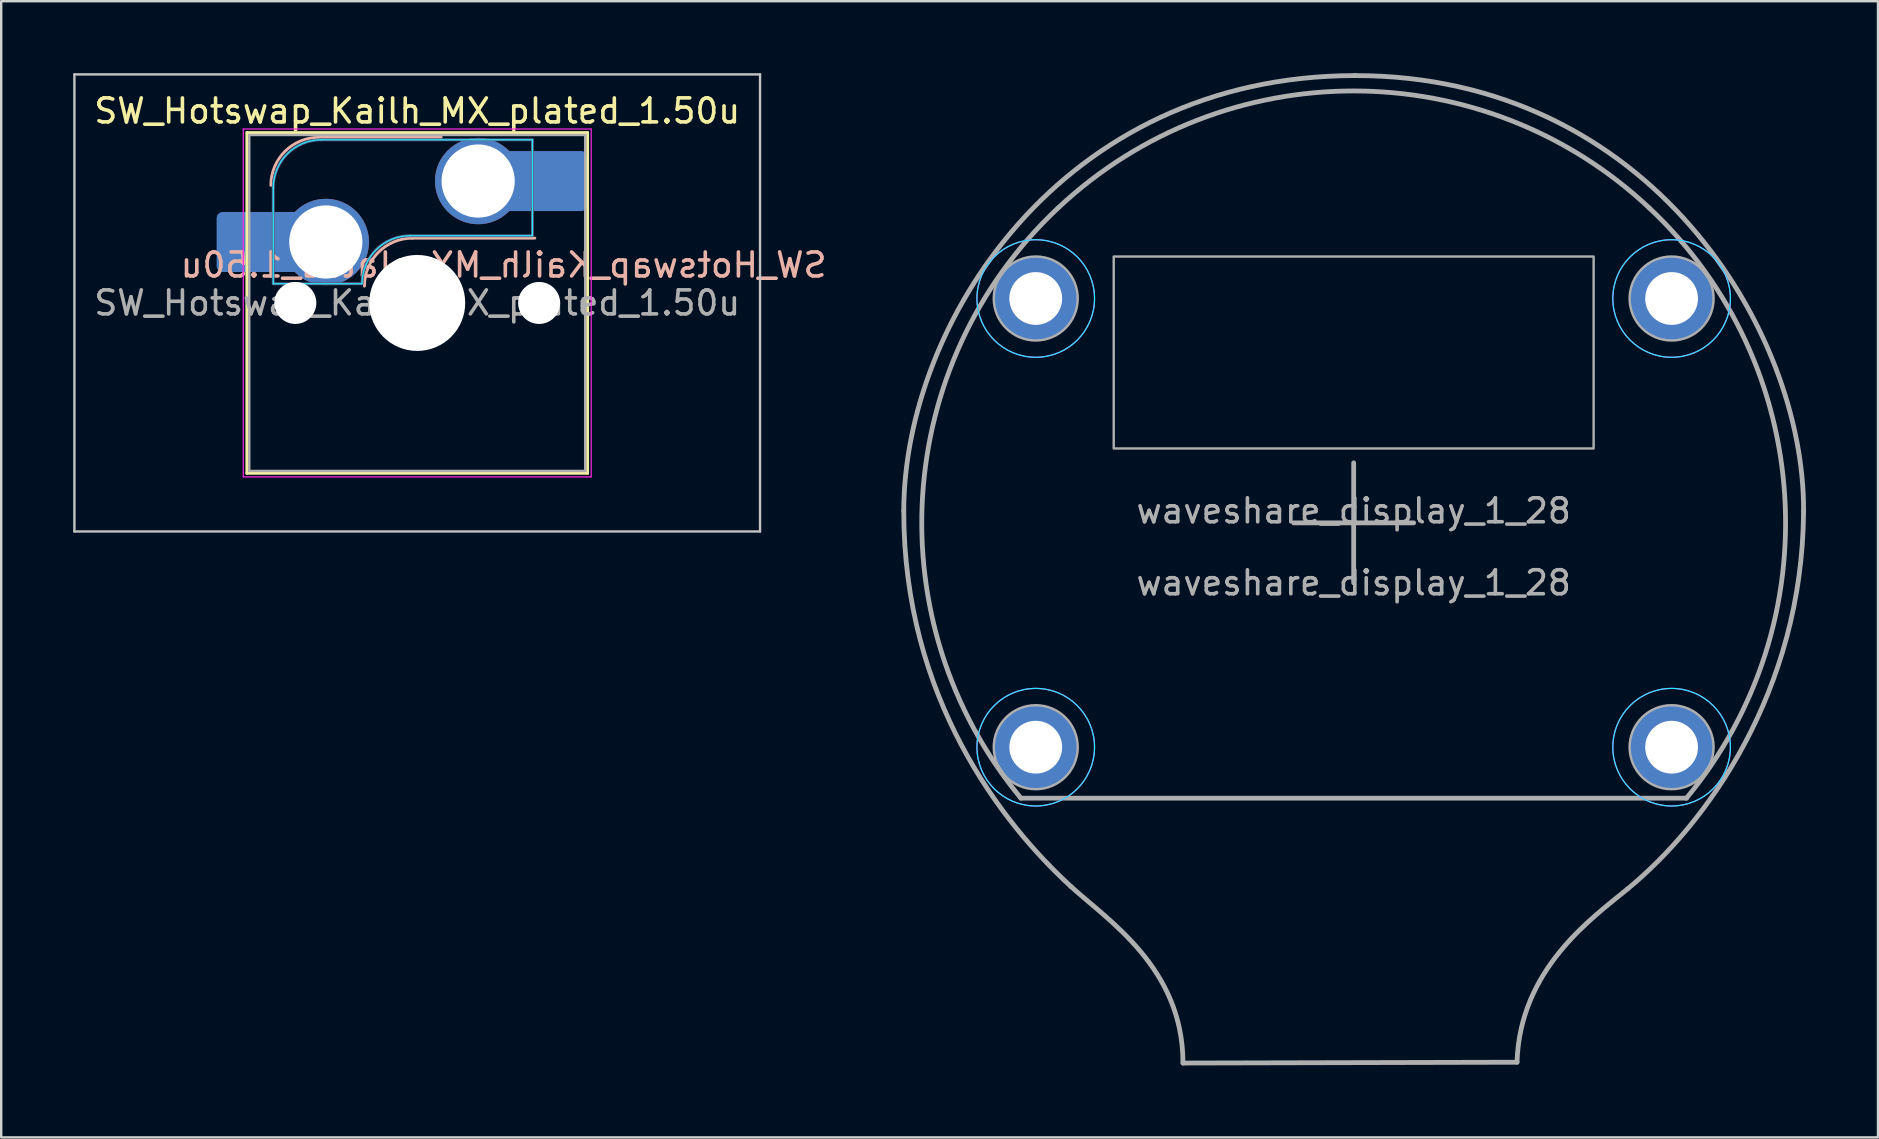
<source format=kicad_pcb>
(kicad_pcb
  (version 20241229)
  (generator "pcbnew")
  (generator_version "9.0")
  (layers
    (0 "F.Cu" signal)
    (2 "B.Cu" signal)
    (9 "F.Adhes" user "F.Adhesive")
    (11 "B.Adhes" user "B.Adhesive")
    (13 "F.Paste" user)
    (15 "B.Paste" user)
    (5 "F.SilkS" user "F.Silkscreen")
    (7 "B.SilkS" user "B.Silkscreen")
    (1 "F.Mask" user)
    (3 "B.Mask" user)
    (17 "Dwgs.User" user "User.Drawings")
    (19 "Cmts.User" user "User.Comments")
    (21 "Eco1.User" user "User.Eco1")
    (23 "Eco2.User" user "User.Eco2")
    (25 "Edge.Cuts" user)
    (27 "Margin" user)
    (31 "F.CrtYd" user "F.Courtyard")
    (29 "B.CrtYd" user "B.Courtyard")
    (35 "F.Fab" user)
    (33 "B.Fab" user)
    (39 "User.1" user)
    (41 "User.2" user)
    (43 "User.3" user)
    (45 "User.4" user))
  (footprint "SW_Hotswap_Kailh_MX_plated_1.50u"
    (layer "F.Cu")
    (at 14.338 9.575)
    (property "Reference" "SW_Hotswap_Kailh_MX_plated_1.50u" (at 0 -8 0) (layer "F.SilkS") (effects (font (size 1 1) (thickness 0.15))))
    (attr smd)
    (fp_line (start -7.1 -7.1) (end -7.1 7.1) (stroke (width 0.12) (type solid)) (layer "F.SilkS"))
    (fp_line (start -7.1 7.1) (end 7.1 7.1) (stroke (width 0.12) (type solid)) (layer "F.SilkS"))
    (fp_line (start 7.1 -7.1) (end -7.1 -7.1) (stroke (width 0.12) (type solid)) (layer "F.SilkS"))
    (fp_line (start 7.1 7.1) (end 7.1 -7.1) (stroke (width 0.12) (type solid)) (layer "F.SilkS"))
    (fp_line (start -4.1 -6.9) (end 1 -6.9) (stroke (width 0.12) (type solid)) (layer "B.SilkS"))
    (fp_line (start -0.2 -2.7) (end 4.9 -2.7) (stroke (width 0.12) (type solid)) (layer "B.SilkS"))
    (fp_arc (start -6.1 -4.9) (mid -5.514214 -6.314214) (end -4.1 -6.9) (stroke (width 0.12) (type solid)) (layer "B.SilkS"))
    (fp_arc (start -2.2 -0.7) (mid -1.614214 -2.114214) (end -0.2 -2.7) (stroke (width 0.12) (type solid)) (layer "B.SilkS"))
    (fp_line (start -14.287 -9.525) (end -14.287 9.525) (stroke (width 0.1) (type solid)) (layer "Dwgs.User"))
    (fp_line (start -14.287 9.525) (end 14.287 9.525) (stroke (width 0.1) (type solid)) (layer "Dwgs.User"))
    (fp_line (start 14.287 -9.525) (end -14.287 -9.525) (stroke (width 0.1) (type solid)) (layer "Dwgs.User"))
    (fp_line (start 14.287 9.525) (end 14.287 -9.525) (stroke (width 0.1) (type solid)) (layer "Dwgs.User"))
    (fp_line (start -7.8 -6) (end -7 -6) (stroke (width 0.1) (type solid)) (layer "Eco1.User"))
    (fp_line (start -7.8 -2.9) (end -7.8 -6) (stroke (width 0.1) (type solid)) (layer "Eco1.User"))
    (fp_line (start -7.8 2.9) (end -7 2.9) (stroke (width 0.1) (type solid)) (layer "Eco1.User"))
    (fp_line (start -7.8 6) (end -7.8 2.9) (stroke (width 0.1) (type solid)) (layer "Eco1.User"))
    (fp_line (start -7 -7) (end 7 -7) (stroke (width 0.1) (type solid)) (layer "Eco1.User"))
    (fp_line (start -7 -6) (end -7 -7) (stroke (width 0.1) (type solid)) (layer "Eco1.User"))
    (fp_line (start -7 -2.9) (end -7.8 -2.9) (stroke (width 0.1) (type solid)) (layer "Eco1.User"))
    (fp_line (start -7 2.9) (end -7 -2.9) (stroke (width 0.1) (type solid)) (layer "Eco1.User"))
    (fp_line (start -7 6) (end -7.8 6) (stroke (width 0.1) (type solid)) (layer "Eco1.User"))
    (fp_line (start -7 7) (end -7 6) (stroke (width 0.1) (type solid)) (layer "Eco1.User"))
    (fp_line (start 7 -7) (end 7 -6) (stroke (width 0.1) (type solid)) (layer "Eco1.User"))
    (fp_line (start 7 -6) (end 7.8 -6) (stroke (width 0.1) (type solid)) (layer "Eco1.User"))
    (fp_line (start 7 -2.9) (end 7 2.9) (stroke (width 0.1) (type solid)) (layer "Eco1.User"))
    (fp_line (start 7 2.9) (end 7.8 2.9) (stroke (width 0.1) (type solid)) (layer "Eco1.User"))
    (fp_line (start 7 6) (end 7 7) (stroke (width 0.1) (type solid)) (layer "Eco1.User"))
    (fp_line (start 7 7) (end -7 7) (stroke (width 0.1) (type solid)) (layer "Eco1.User"))
    (fp_line (start 7.8 -6) (end 7.8 -2.9) (stroke (width 0.1) (type solid)) (layer "Eco1.User"))
    (fp_line (start 7.8 -2.9) (end 7 -2.9) (stroke (width 0.1) (type solid)) (layer "Eco1.User"))
    (fp_line (start 7.8 2.9) (end 7.8 6) (stroke (width 0.1) (type solid)) (layer "Eco1.User"))
    (fp_line (start 7.8 6) (end 7 6) (stroke (width 0.1) (type solid)) (layer "Eco1.User"))
    (fp_line (start -6 -0.8) (end -6 -4.8) (stroke (width 0.05) (type solid)) (layer "B.CrtYd"))
    (fp_line (start -6 -0.8) (end -2.3 -0.8) (stroke (width 0.05) (type solid)) (layer "B.CrtYd"))
    (fp_line (start -4 -6.8) (end 4.8 -6.8) (stroke (width 0.05) (type solid)) (layer "B.CrtYd"))
    (fp_line (start -0.3 -2.8) (end 4.8 -2.8) (stroke (width 0.05) (type solid)) (layer "B.CrtYd"))
    (fp_line (start 4.8 -6.8) (end 4.8 -2.8) (stroke (width 0.05) (type solid)) (layer "B.CrtYd"))
    (fp_arc (start -6 -4.8) (mid -5.414214 -6.214214) (end -4 -6.8) (stroke (width 0.05) (type solid)) (layer "B.CrtYd"))
    (fp_arc (start -2.3 -0.8) (mid -1.714214 -2.214214) (end -0.3 -2.8) (stroke (width 0.05) (type solid)) (layer "B.CrtYd"))
    (fp_line (start -7.25 -7.25) (end -7.25 7.25) (stroke (width 0.05) (type solid)) (layer "F.CrtYd"))
    (fp_line (start -7.25 7.25) (end 7.25 7.25) (stroke (width 0.05) (type solid)) (layer "F.CrtYd"))
    (fp_line (start 7.25 -7.25) (end -7.25 -7.25) (stroke (width 0.05) (type solid)) (layer "F.CrtYd"))
    (fp_line (start 7.25 7.25) (end 7.25 -7.25) (stroke (width 0.05) (type solid)) (layer "F.CrtYd"))
    (fp_line (start -6 -0.8) (end -6 -4.8) (stroke (width 0.12) (type solid)) (layer "B.Fab"))
    (fp_line (start -6 -0.8) (end -2.3 -0.8) (stroke (width 0.12) (type solid)) (layer "B.Fab"))
    (fp_line (start -4 -6.8) (end 4.8 -6.8) (stroke (width 0.12) (type solid)) (layer "B.Fab"))
    (fp_line (start -0.3 -2.8) (end 4.8 -2.8) (stroke (width 0.12) (type solid)) (layer "B.Fab"))
    (fp_line (start 4.8 -6.8) (end 4.8 -2.8) (stroke (width 0.12) (type solid)) (layer "B.Fab"))
    (fp_arc (start -6 -4.8) (mid -5.414214 -6.214214) (end -4 -6.8) (stroke (width 0.12) (type solid)) (layer "B.Fab"))
    (fp_arc (start -2.3 -0.8) (mid -1.714214 -2.214214) (end -0.3 -2.8) (stroke (width 0.12) (type solid)) (layer "B.Fab"))
    (fp_line (start -7 -7) (end -7 7) (stroke (width 0.1) (type solid)) (layer "F.Fab"))
    (fp_line (start -7 7) (end 7 7) (stroke (width 0.1) (type solid)) (layer "F.Fab"))
    (fp_line (start 7 -7) (end -7 -7) (stroke (width 0.1) (type solid)) (layer "F.Fab"))
    (fp_line (start 7 7) (end 7 -7) (stroke (width 0.1) (type solid)) (layer "F.Fab"))
    (fp_text user "${REFERENCE}" (at 3.6 -1.58 0) (layer "B.SilkS") (effects (font (size 1 1) (thickness 0.15)) (justify mirror)))
    (fp_text user "${REFERENCE}" (at 0 0 0) (layer "F.Fab") (effects (font (size 1 1) (thickness 0.15))))
    (pad "" smd roundrect (at -7.085 -2.54) (size 2.55 2.5) (layers "B.Mask" "B.Paste") (roundrect_rratio 0.1))
    (pad "" np_thru_hole circle (at -5.08 0) (size 1.75 1.75) (drill 1.75) (layers "*.Cu" "*.Mask"))
    (pad "" smd circle (at -3.81 -2.54) (size 3.1 3.1) (layers "F.Mask"))
    (pad "" np_thru_hole circle (at 0 0) (size 4 4) (drill 4) (layers "*.Cu" "*.Mask"))
    (pad "" smd circle (at 2.54 -5.08) (size 3.1 3.1) (layers "F.Mask"))
    (pad "" np_thru_hole circle (at 5.08 0) (size 1.75 1.75) (drill 1.75) (layers "*.Cu" "*.Mask"))
    (pad "" smd roundrect (at 5.842 -5.08) (size 2.55 2.5) (layers "B.Mask" "B.Paste") (roundrect_rratio 0.1))
    (pad "1" smd roundrect (at -6.585 -2.54) (size 3.55 2.5) (layers "B.Cu") (roundrect_rratio 0.1))
    (pad "1" thru_hole circle (at -3.81 -2.54) (size 3.6 3.6) (drill 3.05) (layers "*.Cu" "B.Mask"))
    (pad "2" thru_hole circle (at 2.54 -5.08) (size 3.6 3.6) (drill 3.05) (layers "*.Cu" "B.Mask"))
    (pad "2" smd roundrect (at 5.32 -5.08) (size 3.55 2.5) (layers "B.Cu") (roundrect_rratio 0.1)))
  (footprint "waveshare_display_1_28"
    (layer "F.Cu")
    (at 53.365 18.74)
    (property "Reference" "waveshare_display_1_28" (at 0 -0.5 0) (unlocked yes) (layer "F.Fab") (effects (font (size 1 1) (thickness 0.15))))
    (fp_circle (center -13.25 -9.35) (end -10.8 -9.35) (stroke (width 0.05) (type default)) (fill no) (layer "B.CrtYd"))
    (fp_circle (center -13.25 9.35) (end -10.8 9.35) (stroke (width 0.05) (type default)) (fill no) (layer "B.CrtYd"))
    (fp_circle (center 13.25 -9.35) (end 15.7 -9.35) (stroke (width 0.05) (type default)) (fill no) (layer "B.CrtYd"))
    (fp_circle (center 13.25 9.35) (end 15.7 9.35) (stroke (width 0.05) (type default)) (fill no) (layer "B.CrtYd"))
    (fp_circle (center -13.25 -9.35) (end -10.8 -9.35) (stroke (width 0.05) (type default)) (fill no) (layer "F.CrtYd"))
    (fp_circle (center -13.25 9.35) (end -10.8 9.35) (stroke (width 0.05) (type default)) (fill no) (layer "F.CrtYd"))
    (fp_circle (center 13.25 -9.35) (end 15.7 -9.35) (stroke (width 0.05) (type default)) (fill no) (layer "F.CrtYd"))
    (fp_circle (center 13.25 9.35) (end 15.7 9.35) (stroke (width 0.05) (type default)) (fill no) (layer "F.CrtYd"))
    (fp_line (start -13.869 11.474) (end 13.869 11.474) (stroke (width 0.2) (type solid)) (layer "F.Fab"))
    (fp_line (start -2.5 0) (end 2.5 0) (stroke (width 0.2) (type solid)) (layer "F.Fab"))
    (fp_line (start -0.000003 2.5) (end -0.000003 -2.5) (stroke (width 0.2) (type solid)) (layer "F.Fab"))
    (fp_line (start 6.807 22.479) (end -7.114 22.513) (stroke (width 0.2) (type solid)) (layer "F.Fab"))
    (fp_rect (start -10 -11.1) (end 10 -3.1) (stroke (width 0.1) (type default)) (fill no) (layer "F.Fab"))
    (fp_circle (center -13.25 -9.35) (end -11.5 -9.35) (stroke (width 0.1) (type default)) (fill no) (layer "F.Fab"))
    (fp_circle (center -13.25 9.35) (end -11.5 9.35) (stroke (width 0.1) (type default)) (fill no) (layer "F.Fab"))
    (fp_circle (center 13.25 -9.35) (end 15 -9.35) (stroke (width 0.1) (type default)) (fill no) (layer "F.Fab"))
    (fp_circle (center 13.25 9.35) (end 15 9.35) (stroke (width 0.1) (type default)) (fill no) (layer "F.Fab"))
    (fp_curve (pts (xy -18.75 -0.511) (xy -18.737 -8.289) (xy -12.221 -18.63) (xy 0.058 -18.64)) (stroke (width 0.2) (type solid)) (layer "F.Fab"))
    (fp_curve (pts (xy -12.322 -13.121) (xy -19.249 -6.617) (xy -19.926 4.152) (xy -13.869 11.474)) (stroke (width 0.2) (type solid)) (layer "F.Fab"))
    (fp_curve (pts (xy -11.777 15.161) (xy -14.67 12.513) (xy -18.763 7.268) (xy -18.75 -0.511)) (stroke (width 0.2) (type solid)) (layer "F.Fab"))
    (fp_curve (pts (xy -7.114 22.513) (xy -7.114 18.559) (xy -10.234 16.573) (xy -11.777 15.161)) (stroke (width 0.2) (type solid)) (layer "F.Fab"))
    (fp_curve (pts (xy 0.058 -18.64) (xy 12.337 -18.65) (xy 18.798 -7.996) (xy 18.75 -0.48)) (stroke (width 0.2) (type solid)) (layer "F.Fab"))
    (fp_curve (pts (xy 11.412 15.258) (xy 9.918 16.486) (xy 6.927 18.593) (xy 6.807 22.479)) (stroke (width 0.2) (type solid)) (layer "F.Fab"))
    (fp_curve (pts (xy 12.322 -13.121) (xy 5.395 -19.626) (xy -5.395 -19.626) (xy -12.322 -13.121)) (stroke (width 0.2) (type solid)) (layer "F.Fab"))
    (fp_curve (pts (xy 13.869 11.474) (xy 19.926 4.152) (xy 19.249 -6.617) (xy 12.322 -13.121)) (stroke (width 0.2) (type solid)) (layer "F.Fab"))
    (fp_curve (pts (xy 18.75 -0.48) (xy 18.701 7.035) (xy 14.707 12.551) (xy 11.412 15.258)) (stroke (width 0.2) (type solid)) (layer "F.Fab"))
    (fp_text user "${REFERENCE}" (at 0 2.5 0) (unlocked yes) (layer "F.Fab") (effects (font (size 1 1) (thickness 0.15))))
    (pad "1" thru_hole circle (at -13.25 -9.35) (size 3.5 3.5) (drill 2.2) (layers "*.Cu" "*.Mask"))
    (pad "2" thru_hole circle (at -13.25 9.35) (size 3.5 3.5) (drill 2.2) (layers "*.Cu" "*.Mask"))
    (pad "3" thru_hole circle (at 13.25 -9.35) (size 3.5 3.5) (drill 2.2) (layers "*.Cu" "*.Mask"))
    (pad "4" thru_hole circle (at 13.25 9.35) (size 3.5 3.5) (drill 2.2) (layers "*.Cu" "*.Mask")))
  (gr_rect
    (start -3 -3)
    (end 75.215 44.352)
    (stroke (width 0.1) (type default))
    (fill no)
    (layer "Edge.Cuts")))
</source>
